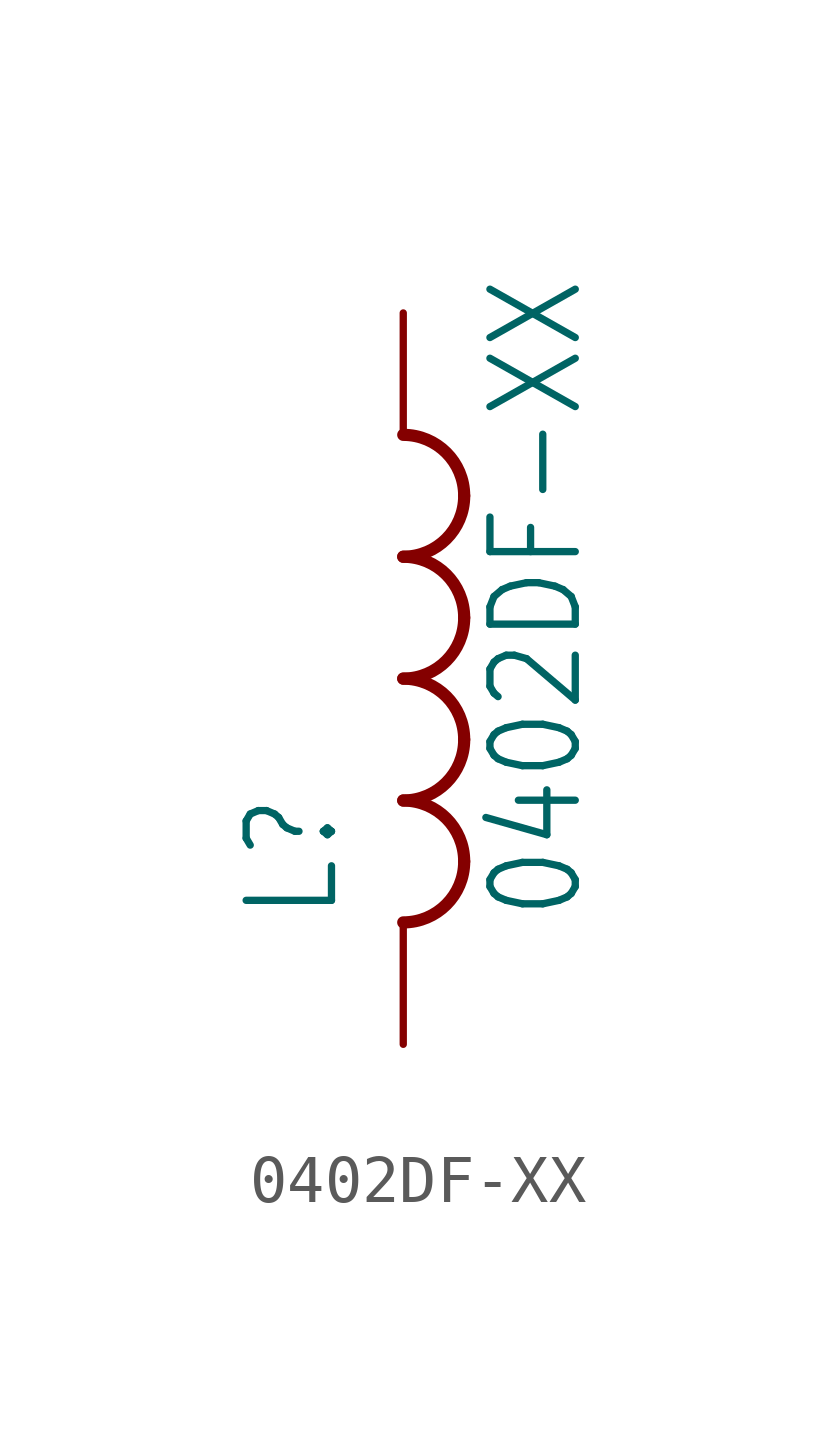
<source format=kicad_sym>
(kicad_symbol_lib
  (version 20211014)
  (generator kicad_symbol_editor)
  (symbol "0402DF-XX"
    (property "Reference" "L"
      (at -1.27 -5.08 90)
      (effects (font (size 1.778 1.511)) (justify left bottom)))
    (property "Value" "0402DF-XX"
      (at 3.81 -5.08 90)
      (effects (font (size 1.778 1.511)) (justify left bottom)))
    (property "ki_locked" ""
      (at 0 0 0)
      (effects (font (size 1.27 1.27))))
    (symbol "0402DF-XX_1_0"
      (arc (start 0 -5.08) (mid 0.898 -4.708) (end 1.27 -3.81) (stroke (width 0.254) (type default) (color 0 0 0 0)) (fill (type none)))
      (arc (start 0 -2.54) (mid 0.898 -2.168) (end 1.27 -1.27) (stroke (width 0.254) (type default) (color 0 0 0 0)) (fill (type none)))
      (arc (start 0 0) (mid 0.898 0.372) (end 1.27 1.27) (stroke (width 0.254) (type default) (color 0 0 0 0)) (fill (type none)))
      (arc (start 0 2.54) (mid 0.898 2.912) (end 1.27 3.81) (stroke (width 0.254) (type default) (color 0 0 0 0)) (fill (type none)))
      (arc (start 1.27 -3.81) (mid 0.898 -2.912) (end 0 -2.54) (stroke (width 0.254) (type default) (color 0 0 0 0)) (fill (type none)))
      (arc (start 1.27 -1.27) (mid 0.898 -0.372) (end 0 0) (stroke (width 0.254) (type default) (color 0 0 0 0)) (fill (type none)))
      (arc (start 1.27 1.27) (mid 0.898 2.168) (end 0 2.54) (stroke (width 0.254) (type default) (color 0 0 0 0)) (fill (type none)))
      (arc (start 1.27 3.81) (mid 0.898 4.708) (end 0 5.08) (stroke (width 0.254) (type default) (color 0 0 0 0)) (fill (type none)))
      (pin passive line (at 0 7.62 270) (length 2.54) (name "1" (effects (font (size 0 0)))) (number "1" (effects (font (size 0 0)))))
      (pin passive line (at 0 -7.62 90) (length 2.54) (name "2" (effects (font (size 0 0)))) (number "2" (effects (font (size 0 0))))))))
</source>
